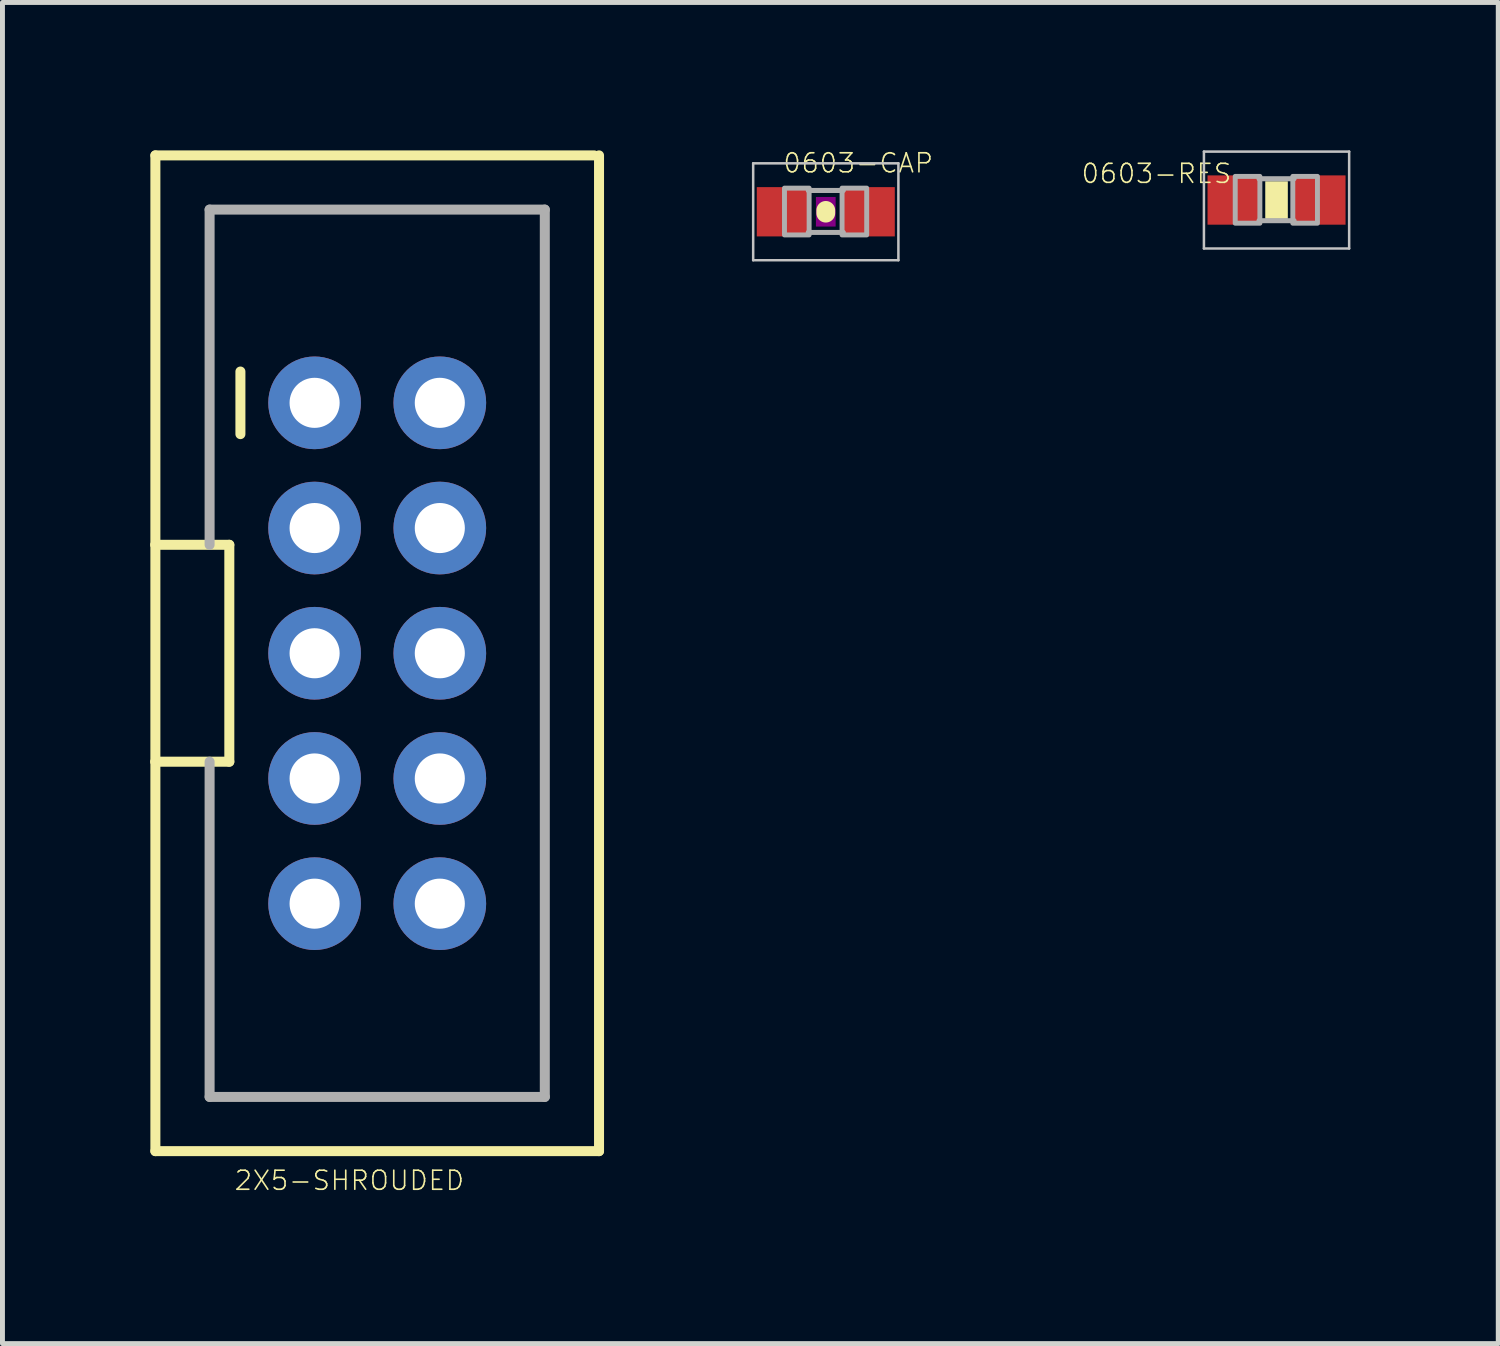
<source format=kicad_pcb>
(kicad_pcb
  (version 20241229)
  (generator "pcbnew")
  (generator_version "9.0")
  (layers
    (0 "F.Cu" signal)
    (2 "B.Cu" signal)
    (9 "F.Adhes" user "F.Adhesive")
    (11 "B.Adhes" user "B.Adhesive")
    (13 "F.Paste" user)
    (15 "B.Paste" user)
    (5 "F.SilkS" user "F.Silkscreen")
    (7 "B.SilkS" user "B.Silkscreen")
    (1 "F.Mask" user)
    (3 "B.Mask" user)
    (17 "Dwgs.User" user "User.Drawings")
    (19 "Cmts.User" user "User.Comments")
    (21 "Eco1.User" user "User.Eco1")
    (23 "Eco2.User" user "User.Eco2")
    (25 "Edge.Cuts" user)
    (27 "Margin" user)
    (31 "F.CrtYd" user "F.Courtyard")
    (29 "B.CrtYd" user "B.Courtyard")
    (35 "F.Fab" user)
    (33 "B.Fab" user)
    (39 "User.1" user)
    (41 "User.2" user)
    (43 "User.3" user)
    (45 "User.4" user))
  (footprint "0603-RES"
    (layer "F.Cu")
    (at 22.846 1.008)
    (property "Reference" "0603-RES" (at -0.889 -0.762 0) (layer "F.SilkS") (effects (font (size 0.386 0.386) (thickness 0.033)) (justify right top)))
    (attr through_hole)
    (fp_poly (pts (xy -0.229 0.381) (xy 0.229 0.381) (xy 0.229 -0.381) (xy -0.229 -0.381)) (stroke (width 0) (type solid)) (fill yes) (layer "F.SilkS"))
    (fp_poly (pts (xy -0.2 0.3) (xy 0.2 0.3) (xy 0.2 -0.3) (xy -0.2 -0.3)) (stroke (width 0) (type solid)) (fill yes) (layer "F.Adhes"))
    (fp_line (start -1.473 -0.983) (end 1.473 -0.983) (stroke (width 0.051) (type solid)) (layer "Dwgs.User"))
    (fp_line (start -1.473 0.983) (end -1.473 -0.983) (stroke (width 0.051) (type solid)) (layer "Dwgs.User"))
    (fp_line (start 1.473 -0.983) (end 1.473 0.983) (stroke (width 0.051) (type solid)) (layer "Dwgs.User"))
    (fp_line (start 1.473 0.983) (end -1.473 0.983) (stroke (width 0.051) (type solid)) (layer "Dwgs.User"))
    (fp_line (start -0.356 -0.432) (end 0.356 -0.432) (stroke (width 0.102) (type solid)) (layer "F.Fab"))
    (fp_line (start -0.356 0.419) (end 0.356 0.419) (stroke (width 0.102) (type solid)) (layer "F.Fab"))
    (fp_poly (pts (xy -0.838 0.47) (xy -0.338 0.47) (xy -0.338 -0.48) (xy -0.838 -0.48)) (stroke (width 0.1) (type solid)) (fill no) (layer "F.Fab"))
    (fp_poly (pts (xy 0.33 0.47) (xy 0.83 0.47) (xy 0.83 -0.48) (xy 0.33 -0.48)) (stroke (width 0.1) (type solid)) (fill no) (layer "F.Fab"))
    (pad "1" smd rect (at -0.85 0) (size 1.1 1) (layers "F.Cu" "F.Mask" "F.Paste"))
    (pad "2" smd rect (at 0.85 0) (size 1.1 1) (layers "F.Cu" "F.Mask" "F.Paste")))
  (footprint "0603-CAP"
    (layer "F.Cu")
    (at 13.702 1.246)
    (property "Reference" "0603-CAP" (at -0.889 -0.762 0) (layer "F.SilkS") (effects (font (size 0.386 0.386) (thickness 0.033)) (justify left bottom)))
    (attr through_hole)
    (fp_line (start 0 -0.028) (end 0 0.028) (stroke (width 0.381) (type solid)) (layer "F.SilkS"))
    (fp_poly (pts (xy -0.2 0.3) (xy 0.2 0.3) (xy 0.2 -0.3) (xy -0.2 -0.3)) (stroke (width 0) (type solid)) (fill yes) (layer "F.Adhes"))
    (fp_line (start -1.473 -0.983) (end 1.473 -0.983) (stroke (width 0.051) (type solid)) (layer "Dwgs.User"))
    (fp_line (start -1.473 0.983) (end -1.473 -0.983) (stroke (width 0.051) (type solid)) (layer "Dwgs.User"))
    (fp_line (start 1.473 -0.983) (end 1.473 0.983) (stroke (width 0.051) (type solid)) (layer "Dwgs.User"))
    (fp_line (start 1.473 0.983) (end -1.473 0.983) (stroke (width 0.051) (type solid)) (layer "Dwgs.User"))
    (fp_line (start -0.356 -0.432) (end 0.356 -0.432) (stroke (width 0.102) (type solid)) (layer "F.Fab"))
    (fp_line (start -0.356 0.419) (end 0.356 0.419) (stroke (width 0.102) (type solid)) (layer "F.Fab"))
    (fp_poly (pts (xy -0.838 0.47) (xy -0.338 0.47) (xy -0.338 -0.48) (xy -0.838 -0.48)) (stroke (width 0.1) (type solid)) (fill no) (layer "F.Fab"))
    (fp_poly (pts (xy 0.33 0.47) (xy 0.83 0.47) (xy 0.83 -0.48) (xy 0.33 -0.48)) (stroke (width 0.1) (type solid)) (fill no) (layer "F.Fab"))
    (pad "1" smd rect (at -0.85 0) (size 1.1 1) (layers "F.Cu" "F.Mask" "F.Paste"))
    (pad "2" smd rect (at 0.85 0) (size 1.1 1) (layers "F.Cu" "F.Mask" "F.Paste")))
  (footprint "2X5-SHROUDED"
    (layer "F.Cu")
    (at 4.602 10.202)
    (property "Reference" "2X5-SHROUDED" (at -2.921 10.922 0) (layer "F.SilkS") (effects (font (size 0.386 0.386) (thickness 0.033)) (justify left bottom)))
    (attr through_hole)
    (fp_line (start -4.5 -10.1) (end 4.4 -10.1) (stroke (width 0.203) (type solid)) (layer "F.SilkS"))
    (fp_line (start -4.5 -2.2) (end -4.5 -10.1) (stroke (width 0.203) (type solid)) (layer "F.SilkS"))
    (fp_line (start -4.5 -2.2) (end -3 -2.2) (stroke (width 0.203) (type solid)) (layer "F.SilkS"))
    (fp_line (start -4.5 2.2) (end -4.5 -2.2) (stroke (width 0.203) (type solid)) (layer "F.SilkS"))
    (fp_line (start -4.5 10.1) (end -4.5 2.2) (stroke (width 0.203) (type solid)) (layer "F.SilkS"))
    (fp_line (start -3 -2.2) (end -3 2.2) (stroke (width 0.203) (type solid)) (layer "F.SilkS"))
    (fp_line (start -3 2.2) (end -4.5 2.2) (stroke (width 0.203) (type solid)) (layer "F.SilkS"))
    (fp_line (start -2.775 -5.715) (end -2.775 -4.445) (stroke (width 0.203) (type solid)) (layer "F.SilkS"))
    (fp_line (start 4.5 -10.1) (end 4.5 10.1) (stroke (width 0.203) (type solid)) (layer "F.SilkS"))
    (fp_line (start 4.5 10.1) (end -4.5 10.1) (stroke (width 0.203) (type solid)) (layer "F.SilkS"))
    (fp_line (start -3.4 -9) (end -3.4 -2.2) (stroke (width 0.203) (type solid)) (layer "F.Fab"))
    (fp_line (start -3.4 -9) (end 3.4 -9) (stroke (width 0.203) (type solid)) (layer "F.Fab"))
    (fp_line (start -3.4 9) (end -3.4 2.2) (stroke (width 0.203) (type solid)) (layer "F.Fab"))
    (fp_line (start -3.4 9) (end 3.4 9) (stroke (width 0.203) (type solid)) (layer "F.Fab"))
    (fp_line (start 3.4 -9) (end 3.4 9) (stroke (width 0.203) (type solid)) (layer "F.Fab"))
    (fp_poly (pts (xy -1.524 -4.826) (xy -1.016 -4.826) (xy -1.016 -5.334) (xy -1.524 -5.334)) (stroke (width 0.1) (type solid)) (fill no) (layer "F.Fab"))
    (fp_poly (pts (xy -1.524 -2.286) (xy -1.016 -2.286) (xy -1.016 -2.794) (xy -1.524 -2.794)) (stroke (width 0.1) (type solid)) (fill no) (layer "F.Fab"))
    (fp_poly (pts (xy -1.524 0.254) (xy -1.016 0.254) (xy -1.016 -0.254) (xy -1.524 -0.254)) (stroke (width 0.1) (type solid)) (fill no) (layer "F.Fab"))
    (fp_poly (pts (xy -1.524 2.794) (xy -1.016 2.794) (xy -1.016 2.286) (xy -1.524 2.286)) (stroke (width 0.1) (type solid)) (fill no) (layer "F.Fab"))
    (fp_poly (pts (xy -1.524 2.794) (xy -1.016 2.794) (xy -1.016 2.286) (xy -1.524 2.286)) (stroke (width 0.1) (type solid)) (fill no) (layer "F.Fab"))
    (fp_poly (pts (xy -1.524 5.334) (xy -1.016 5.334) (xy -1.016 4.826) (xy -1.524 4.826)) (stroke (width 0.1) (type solid)) (fill no) (layer "F.Fab"))
    (fp_poly (pts (xy 1.016 -4.826) (xy 1.524 -4.826) (xy 1.524 -5.334) (xy 1.016 -5.334)) (stroke (width 0.1) (type solid)) (fill no) (layer "F.Fab"))
    (fp_poly (pts (xy 1.016 -2.286) (xy 1.524 -2.286) (xy 1.524 -2.794) (xy 1.016 -2.794)) (stroke (width 0.1) (type solid)) (fill no) (layer "F.Fab"))
    (fp_poly (pts (xy 1.016 0.254) (xy 1.524 0.254) (xy 1.524 -0.254) (xy 1.016 -0.254)) (stroke (width 0.1) (type solid)) (fill no) (layer "F.Fab"))
    (fp_poly (pts (xy 1.016 2.794) (xy 1.524 2.794) (xy 1.524 2.286) (xy 1.016 2.286)) (stroke (width 0.1) (type solid)) (fill no) (layer "F.Fab"))
    (fp_poly (pts (xy 1.016 2.794) (xy 1.524 2.794) (xy 1.524 2.286) (xy 1.016 2.286)) (stroke (width 0.1) (type solid)) (fill no) (layer "F.Fab"))
    (fp_poly (pts (xy 1.016 5.334) (xy 1.524 5.334) (xy 1.524 4.826) (xy 1.016 4.826)) (stroke (width 0.1) (type solid)) (fill no) (layer "F.Fab"))
    (pad "1" thru_hole circle (at -1.27 -5.08 270) (size 1.88 1.88) (drill 1.016) (layers "*.Cu" "*.Mask"))
    (pad "2" thru_hole circle (at 1.27 -5.08 270) (size 1.88 1.88) (drill 1.016) (layers "*.Cu" "*.Mask"))
    (pad "3" thru_hole circle (at -1.27 -2.54 270) (size 1.88 1.88) (drill 1.016) (layers "*.Cu" "*.Mask"))
    (pad "4" thru_hole circle (at 1.27 -2.54 270) (size 1.88 1.88) (drill 1.016) (layers "*.Cu" "*.Mask"))
    (pad "5" thru_hole circle (at -1.27 0 270) (size 1.88 1.88) (drill 1.016) (layers "*.Cu" "*.Mask"))
    (pad "6" thru_hole circle (at 1.27 0 270) (size 1.88 1.88) (drill 1.016) (layers "*.Cu" "*.Mask"))
    (pad "7" thru_hole circle (at -1.27 2.54 270) (size 1.88 1.88) (drill 1.016) (layers "*.Cu" "*.Mask"))
    (pad "8" thru_hole circle (at 1.27 2.54 270) (size 1.88 1.88) (drill 1.016) (layers "*.Cu" "*.Mask"))
    (pad "9" thru_hole circle (at -1.27 5.08 270) (size 1.88 1.88) (drill 1.016) (layers "*.Cu" "*.Mask"))
    (pad "10" thru_hole circle (at 1.27 5.08 270) (size 1.88 1.88) (drill 1.016) (layers "*.Cu" "*.Mask")))
  (gr_rect
    (start -3 -3)
    (end 27.344 24.206)
    (stroke (width 0.1) (type default))
    (fill no)
    (layer "Edge.Cuts")))
</source>
